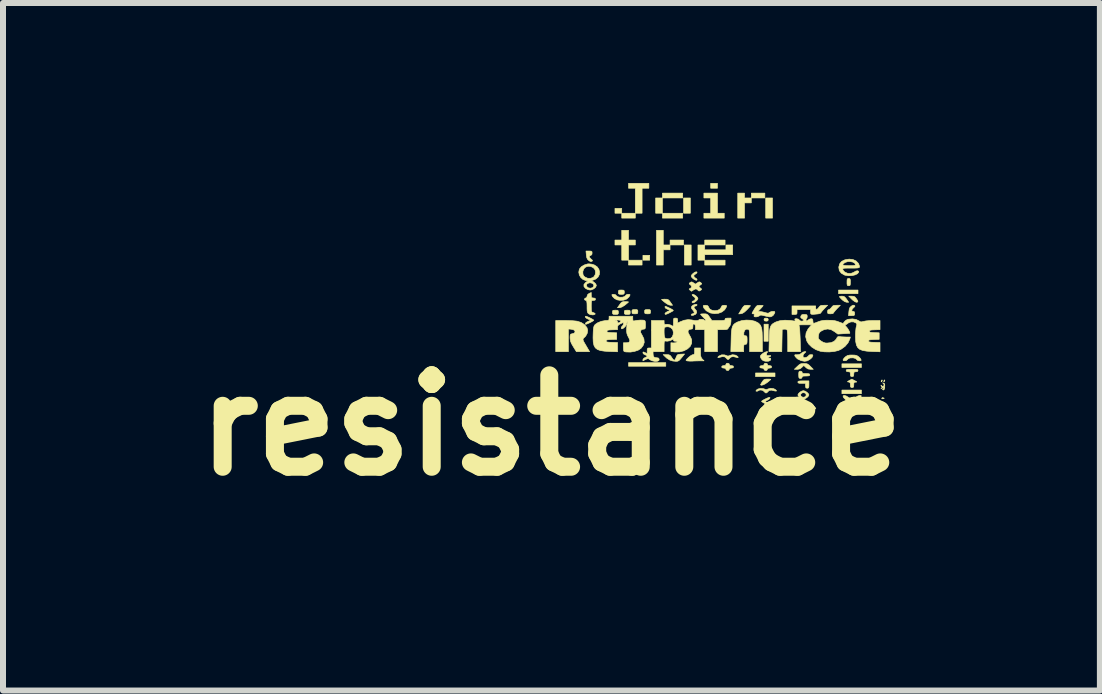
<source format=kicad_pcb>
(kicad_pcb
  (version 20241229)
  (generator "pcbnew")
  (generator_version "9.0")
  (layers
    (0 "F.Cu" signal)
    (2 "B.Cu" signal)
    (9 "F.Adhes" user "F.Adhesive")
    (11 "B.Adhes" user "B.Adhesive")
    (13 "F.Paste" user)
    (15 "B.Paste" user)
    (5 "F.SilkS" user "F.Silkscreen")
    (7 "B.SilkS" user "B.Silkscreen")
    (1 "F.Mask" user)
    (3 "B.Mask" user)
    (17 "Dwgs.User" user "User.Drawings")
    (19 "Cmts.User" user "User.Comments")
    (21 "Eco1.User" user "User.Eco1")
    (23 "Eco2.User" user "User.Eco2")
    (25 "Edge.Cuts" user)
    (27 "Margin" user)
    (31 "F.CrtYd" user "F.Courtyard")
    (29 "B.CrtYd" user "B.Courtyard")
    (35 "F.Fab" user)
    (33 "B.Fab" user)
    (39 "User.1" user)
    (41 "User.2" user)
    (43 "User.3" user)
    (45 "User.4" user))
  (footprint "resistance"
    (layer "F.Cu")
    (at 6.14 4.039)
    (property "Reference" "resistance" (at 0 0 0) (layer "F.SilkS") (effects (font (size 1.524 1.524) (thickness 0.3))))
    (attr through_hole)
    (fp_poly (pts (xy 1.171 -3.536) (xy 1.058 -3.536) (xy 1.058 -3.617) (xy 1.171 -3.617) (xy 1.171 -3.536)) (stroke (width 0.01) (type solid)) (fill yes) (layer "F.SilkS"))
    (fp_poly (pts (xy 1.397 -3.454) (xy 1.171 -3.454) (xy 1.171 -3.536) (xy 1.397 -3.536) (xy 1.397 -3.454)) (stroke (width 0.01) (type solid)) (fill yes) (layer "F.SilkS"))
    (fp_poly (pts (xy 1.51 -2.672) (xy 1.284 -2.672) (xy 1.284 -2.753) (xy 1.51 -2.753) (xy 1.51 -2.672)) (stroke (width 0.01) (type solid)) (fill yes) (layer "F.SilkS"))
    (fp_poly (pts (xy 1.637 -2.753) (xy 1.524 -2.753) (xy 1.524 -2.835) (xy 1.637 -2.835) (xy 1.637 -2.753)) (stroke (width 0.01) (type solid)) (fill yes) (layer "F.SilkS"))
    (fp_poly (pts (xy 1.849 -3.536) (xy 1.736 -3.536) (xy 1.736 -3.79) (xy 1.849 -3.79) (xy 1.849 -3.536)) (stroke (width 0.01) (type solid)) (fill yes) (layer "F.SilkS"))
    (fp_poly (pts (xy 1.905 -0.986) (xy 1.284 -0.986) (xy 1.284 -1.046) (xy 1.905 -1.046) (xy 1.905 -0.986)) (stroke (width 0.01) (type solid)) (fill yes) (layer "F.SilkS"))
    (fp_poly (pts (xy 2.187 -3.79) (xy 1.849 -3.79) (xy 1.849 -3.871) (xy 2.187 -3.871) (xy 2.187 -3.79)) (stroke (width 0.01) (type solid)) (fill yes) (layer "F.SilkS"))
    (fp_poly (pts (xy 2.187 -3.454) (xy 1.849 -3.454) (xy 1.849 -3.536) (xy 2.187 -3.536) (xy 2.187 -3.454)) (stroke (width 0.01) (type solid)) (fill yes) (layer "F.SilkS"))
    (fp_poly (pts (xy 2.201 -3.007) (xy 1.976 -3.007) (xy 1.976 -3.089) (xy 2.201 -3.089) (xy 2.201 -3.007)) (stroke (width 0.01) (type solid)) (fill yes) (layer "F.SilkS"))
    (fp_poly (pts (xy 2.314 -3.536) (xy 2.201 -3.536) (xy 2.201 -3.79) (xy 2.314 -3.79) (xy 2.314 -3.536)) (stroke (width 0.01) (type solid)) (fill yes) (layer "F.SilkS"))
    (fp_poly (pts (xy 2.328 -2.672) (xy 2.215 -2.672) (xy 2.215 -3.007) (xy 2.328 -3.007) (xy 2.328 -2.672)) (stroke (width 0.01) (type solid)) (fill yes) (layer "F.SilkS"))
    (fp_poly (pts (xy 2.766 -3.952) (xy 2.653 -3.952) (xy 2.653 -4.034) (xy 2.766 -4.034) (xy 2.766 -3.952)) (stroke (width 0.01) (type solid)) (fill yes) (layer "F.SilkS"))
    (fp_poly (pts (xy 2.893 -3.007) (xy 2.554 -3.007) (xy 2.554 -3.089) (xy 2.893 -3.089) (xy 2.893 -3.007)) (stroke (width 0.01) (type solid)) (fill yes) (layer "F.SilkS"))
    (fp_poly (pts (xy 2.893 -2.672) (xy 2.554 -2.672) (xy 2.554 -2.753) (xy 2.893 -2.753) (xy 2.893 -2.672)) (stroke (width 0.01) (type solid)) (fill yes) (layer "F.SilkS"))
    (fp_poly (pts (xy 3.556 -3.79) (xy 3.33 -3.79) (xy 3.33 -3.871) (xy 3.556 -3.871) (xy 3.556 -3.79)) (stroke (width 0.01) (type solid)) (fill yes) (layer "F.SilkS"))
    (fp_poly (pts (xy 3.612 -1.402) (xy 3.542 -1.402) (xy 3.542 -1.687) (xy 3.612 -1.687) (xy 3.612 -1.402)) (stroke (width 0.01) (type solid)) (fill yes) (layer "F.SilkS"))
    (fp_poly (pts (xy 3.683 -3.454) (xy 3.57 -3.454) (xy 3.57 -3.79) (xy 3.683 -3.79) (xy 3.683 -3.454)) (stroke (width 0.01) (type solid)) (fill yes) (layer "F.SilkS"))
    (fp_poly (pts (xy 3.725 -0.813) (xy 3.401 -0.813) (xy 3.401 -0.874) (xy 3.725 -0.874) (xy 3.725 -0.813)) (stroke (width 0.01) (type solid)) (fill yes) (layer "F.SilkS"))
    (fp_poly (pts (xy 5.108 -2.195) (xy 4.784 -2.195) (xy 4.784 -2.256) (xy 5.108 -2.256) (xy 5.108 -2.195)) (stroke (width 0.01) (type solid)) (fill yes) (layer "F.SilkS"))
    (fp_poly (pts (xy 5.165 -0.965) (xy 4.84 -0.965) (xy 4.84 -1.026) (xy 5.165 -1.026) (xy 5.165 -0.965)) (stroke (width 0.01) (type solid)) (fill yes) (layer "F.SilkS"))
    (fp_poly (pts (xy 5.165 -0.528) (xy 4.84 -0.528) (xy 4.84 -0.589) (xy 5.165 -0.589) (xy 5.165 -0.528)) (stroke (width 0.01) (type solid)) (fill yes) (layer "F.SilkS"))
    (fp_poly (pts (xy 1.623 -3.952) (xy 1.51 -3.952) (xy 1.51 -3.536) (xy 1.397 -3.536) (xy 1.397 -3.952) (xy 1.284 -3.952) (xy 1.284 -4.034) (xy 1.623 -4.034) (xy 1.623 -3.952)) (stroke (width 0.01) (type solid)) (fill yes) (layer "F.SilkS"))
    (fp_poly (pts (xy 1.863 -3.007) (xy 1.976 -3.007) (xy 1.976 -2.926) (xy 1.863 -2.926) (xy 1.863 -2.672) (xy 1.75 -2.672) (xy 1.75 -3.251) (xy 1.863 -3.251) (xy 1.863 -3.007)) (stroke (width 0.01) (type solid)) (fill yes) (layer "F.SilkS"))
    (fp_poly (pts (xy 3.217 -3.79) (xy 3.33 -3.79) (xy 3.33 -3.708) (xy 3.217 -3.708) (xy 3.217 -3.454) (xy 3.104 -3.454) (xy 3.104 -3.871) (xy 3.217 -3.871) (xy 3.217 -3.79)) (stroke (width 0.01) (type solid)) (fill yes) (layer "F.SilkS"))
    (fp_poly (pts (xy 5.512 -0.755) (xy 5.512 -0.748) (xy 5.504 -0.73) (xy 5.5 -0.726) (xy 5.494 -0.728) (xy 5.495 -0.735) (xy 5.502 -0.753) (xy 5.507 -0.758) (xy 5.512 -0.755)) (stroke (width 0.01) (type solid)) (fill yes) (layer "F.SilkS"))
    (fp_poly (pts (xy 5.524 -0.461) (xy 5.543 -0.454) (xy 5.546 -0.452) (xy 5.535 -0.447) (xy 5.524 -0.443) (xy 5.506 -0.445) (xy 5.503 -0.452) (xy 5.513 -0.462) (xy 5.524 -0.461)) (stroke (width 0.01) (type solid)) (fill yes) (layer "F.SilkS"))
    (fp_poly (pts (xy 5.555 -0.755) (xy 5.554 -0.748) (xy 5.547 -0.73) (xy 5.542 -0.726) (xy 5.537 -0.728) (xy 5.537 -0.735) (xy 5.545 -0.753) (xy 5.549 -0.758) (xy 5.555 -0.755)) (stroke (width 0.01) (type solid)) (fill yes) (layer "F.SilkS"))
    (fp_poly (pts (xy 2.554 -2.926) (xy 2.907 -2.926) (xy 2.907 -3.007) (xy 3.02 -3.007) (xy 3.02 -2.845) (xy 2.554 -2.845) (xy 2.554 -2.753) (xy 2.441 -2.753) (xy 2.441 -3.007) (xy 2.554 -3.007) (xy 2.554 -2.926)) (stroke (width 0.01) (type solid)) (fill yes) (layer "F.SilkS"))
    (fp_poly (pts (xy 2.766 -3.536) (xy 2.879 -3.536) (xy 2.879 -3.454) (xy 2.54 -3.454) (xy 2.54 -3.536) (xy 2.653 -3.536) (xy 2.653 -3.79) (xy 2.54 -3.79) (xy 2.54 -3.871) (xy 2.766 -3.871) (xy 2.766 -3.536)) (stroke (width 0.01) (type solid)) (fill yes) (layer "F.SilkS"))
    (fp_poly (pts (xy 1.284 -3.089) (xy 1.397 -3.089) (xy 1.397 -3.007) (xy 1.284 -3.007) (xy 1.284 -2.753) (xy 1.171 -2.753) (xy 1.171 -3.007) (xy 1.058 -3.007) (xy 1.058 -3.089) (xy 1.171 -3.089) (xy 1.171 -3.251) (xy 1.284 -3.251) (xy 1.284 -3.089)) (stroke (width 0.01) (type solid)) (fill yes) (layer "F.SilkS"))
    (fp_poly (pts (xy 3.604 -1.784) (xy 3.612 -1.767) (xy 3.612 -1.763) (xy 3.607 -1.743) (xy 3.584 -1.737) (xy 3.577 -1.737) (xy 3.55 -1.742) (xy 3.542 -1.758) (xy 3.542 -1.763) (xy 3.548 -1.782) (xy 3.571 -1.788) (xy 3.577 -1.788) (xy 3.604 -1.784)) (stroke (width 0.01) (type solid)) (fill yes) (layer "F.SilkS"))
    (fp_poly (pts (xy 5.035 -2.151) (xy 5.057 -2.141) (xy 5.078 -2.116) (xy 5.08 -2.114) (xy 5.101 -2.081) (xy 5.106 -2.062) (xy 5.097 -2.054) (xy 5.081 -2.052) (xy 5.057 -2.061) (xy 5.025 -2.084) (xy 5.004 -2.103) (xy 4.953 -2.154) (xy 5.002 -2.154) (xy 5.035 -2.151)) (stroke (width 0.01) (type solid)) (fill yes) (layer "F.SilkS"))
    (fp_poly (pts (xy 1.263 -2.061) (xy 1.283 -2.058) (xy 1.284 -2.057) (xy 1.275 -2.047) (xy 1.252 -2.028) (xy 1.226 -2.006) (xy 1.18 -1.976) (xy 1.143 -1.962) (xy 1.134 -1.961) (xy 1.1 -1.961) (xy 1.136 -2.012) (xy 1.158 -2.041) (xy 1.176 -2.056) (xy 1.199 -2.062) (xy 1.228 -2.062) (xy 1.263 -2.061)) (stroke (width 0.01) (type solid)) (fill yes) (layer "F.SilkS"))
    (fp_poly (pts (xy 1.924 -2.102) (xy 1.945 -2.095) (xy 1.964 -2.078) (xy 1.983 -2.052) (xy 2.018 -2.002) (xy 1.985 -2.002) (xy 1.95 -2.01) (xy 1.907 -2.037) (xy 1.893 -2.047) (xy 1.862 -2.072) (xy 1.841 -2.09) (xy 1.834 -2.098) (xy 1.847 -2.101) (xy 1.878 -2.103) (xy 1.891 -2.103) (xy 1.924 -2.102)) (stroke (width 0.01) (type solid)) (fill yes) (layer "F.SilkS"))
    (fp_poly (pts (xy 4.866 -2.151) (xy 4.886 -2.141) (xy 4.907 -2.118) (xy 4.918 -2.103) (xy 4.953 -2.052) (xy 4.921 -2.052) (xy 4.887 -2.062) (xy 4.847 -2.091) (xy 4.843 -2.095) (xy 4.818 -2.12) (xy 4.801 -2.139) (xy 4.798 -2.146) (xy 4.81 -2.151) (xy 4.84 -2.154) (xy 4.84 -2.154) (xy 4.866 -2.151)) (stroke (width 0.01) (type solid)) (fill yes) (layer "F.SilkS"))
    (fp_poly (pts (xy 1.098 -1.919) (xy 1.112 -1.91) (xy 1.115 -1.887) (xy 1.115 -1.885) (xy 1.113 -1.861) (xy 1.1 -1.851) (xy 1.069 -1.849) (xy 1.065 -1.849) (xy 1.032 -1.851) (xy 1.019 -1.86) (xy 1.016 -1.882) (xy 1.016 -1.885) (xy 1.018 -1.909) (xy 1.031 -1.918) (xy 1.062 -1.92) (xy 1.065 -1.92) (xy 1.098 -1.919)) (stroke (width 0.01) (type solid)) (fill yes) (layer "F.SilkS"))
    (fp_poly (pts (xy 1.197 -2.254) (xy 1.211 -2.245) (xy 1.214 -2.223) (xy 1.214 -2.22) (xy 1.211 -2.196) (xy 1.199 -2.186) (xy 1.168 -2.184) (xy 1.164 -2.184) (xy 1.131 -2.186) (xy 1.117 -2.195) (xy 1.115 -2.217) (xy 1.115 -2.22) (xy 1.117 -2.244) (xy 1.129 -2.254) (xy 1.16 -2.256) (xy 1.164 -2.256) (xy 1.197 -2.254)) (stroke (width 0.01) (type solid)) (fill yes) (layer "F.SilkS"))
    (fp_poly (pts (xy 1.296 -1.919) (xy 1.31 -1.91) (xy 1.312 -1.887) (xy 1.312 -1.885) (xy 1.31 -1.861) (xy 1.298 -1.851) (xy 1.267 -1.849) (xy 1.263 -1.849) (xy 1.23 -1.851) (xy 1.216 -1.86) (xy 1.214 -1.882) (xy 1.214 -1.885) (xy 1.216 -1.909) (xy 1.228 -1.918) (xy 1.259 -1.92) (xy 1.263 -1.92) (xy 1.296 -1.919)) (stroke (width 0.01) (type solid)) (fill yes) (layer "F.SilkS"))
    (fp_poly (pts (xy 1.423 -1.929) (xy 1.437 -1.92) (xy 1.439 -1.898) (xy 1.439 -1.895) (xy 1.437 -1.871) (xy 1.425 -1.861) (xy 1.394 -1.859) (xy 1.39 -1.859) (xy 1.357 -1.861) (xy 1.343 -1.87) (xy 1.341 -1.892) (xy 1.341 -1.895) (xy 1.343 -1.919) (xy 1.355 -1.928) (xy 1.386 -1.93) (xy 1.39 -1.93) (xy 1.423 -1.929)) (stroke (width 0.01) (type solid)) (fill yes) (layer "F.SilkS"))
    (fp_poly (pts (xy 1.635 -1.929) (xy 1.648 -1.92) (xy 1.651 -1.898) (xy 1.651 -1.895) (xy 1.649 -1.871) (xy 1.636 -1.861) (xy 1.605 -1.859) (xy 1.602 -1.859) (xy 1.569 -1.861) (xy 1.555 -1.87) (xy 1.552 -1.892) (xy 1.552 -1.895) (xy 1.554 -1.919) (xy 1.567 -1.928) (xy 1.598 -1.93) (xy 1.602 -1.93) (xy 1.635 -1.929)) (stroke (width 0.01) (type solid)) (fill yes) (layer "F.SilkS"))
    (fp_poly (pts (xy 4.969 -2.446) (xy 4.977 -2.437) (xy 4.981 -2.415) (xy 4.981 -2.388) (xy 4.98 -2.354) (xy 4.976 -2.335) (xy 4.966 -2.328) (xy 4.953 -2.327) (xy 4.937 -2.329) (xy 4.929 -2.339) (xy 4.925 -2.361) (xy 4.925 -2.388) (xy 4.926 -2.422) (xy 4.93 -2.44) (xy 4.941 -2.447) (xy 4.953 -2.449) (xy 4.969 -2.446)) (stroke (width 0.01) (type solid)) (fill yes) (layer "F.SilkS"))
    (fp_poly (pts (xy 3.297 -2) (xy 3.315 -1.995) (xy 3.316 -1.994) (xy 3.308 -1.982) (xy 3.287 -1.959) (xy 3.259 -1.929) (xy 3.255 -1.925) (xy 3.216 -1.889) (xy 3.185 -1.869) (xy 3.158 -1.861) (xy 3.12 -1.858) (xy 3.164 -1.93) (xy 3.187 -1.966) (xy 3.204 -1.987) (xy 3.22 -1.998) (xy 3.241 -2.001) (xy 3.262 -2.002) (xy 3.297 -2)) (stroke (width 0.01) (type solid)) (fill yes) (layer "F.SilkS"))
    (fp_poly (pts (xy 3.634 -0.771) (xy 3.653 -0.768) (xy 3.655 -0.767) (xy 3.646 -0.757) (xy 3.623 -0.737) (xy 3.597 -0.716) (xy 3.56 -0.691) (xy 3.525 -0.675) (xy 3.499 -0.669) (xy 3.486 -0.675) (xy 3.485 -0.679) (xy 3.491 -0.692) (xy 3.506 -0.717) (xy 3.514 -0.73) (xy 3.534 -0.756) (xy 3.553 -0.768) (xy 3.582 -0.772) (xy 3.599 -0.772) (xy 3.634 -0.771)) (stroke (width 0.01) (type solid)) (fill yes) (layer "F.SilkS"))
    (fp_poly (pts (xy 4.29 -0.681) (xy 4.289 -0.647) (xy 4.284 -0.628) (xy 4.274 -0.621) (xy 4.262 -0.62) (xy 4.243 -0.623) (xy 4.235 -0.637) (xy 4.233 -0.66) (xy 4.233 -0.701) (xy 4.17 -0.701) (xy 4.13 -0.702) (xy 4.111 -0.708) (xy 4.106 -0.72) (xy 4.106 -0.721) (xy 4.109 -0.732) (xy 4.122 -0.738) (xy 4.151 -0.741) (xy 4.198 -0.742) (xy 4.29 -0.742) (xy 4.29 -0.681)) (stroke (width 0.01) (type solid)) (fill yes) (layer "F.SilkS"))
    (fp_poly (pts (xy 1.926 -1.974) (xy 1.961 -1.958) (xy 1.999 -1.939) (xy 2.024 -1.923) (xy 2.031 -1.915) (xy 2.02 -1.905) (xy 1.993 -1.89) (xy 1.959 -1.872) (xy 1.926 -1.857) (xy 1.903 -1.85) (xy 1.9 -1.849) (xy 1.892 -1.857) (xy 1.891 -1.863) (xy 1.902 -1.878) (xy 1.929 -1.895) (xy 1.935 -1.898) (xy 1.98 -1.918) (xy 1.935 -1.935) (xy 1.902 -1.953) (xy 1.891 -1.971) (xy 1.893 -1.982) (xy 1.903 -1.983) (xy 1.926 -1.974)) (stroke (width 0.01) (type solid)) (fill yes) (layer "F.SilkS"))
    (fp_poly (pts (xy 2.381 -2.176) (xy 2.409 -2.157) (xy 2.432 -2.134) (xy 2.441 -2.113) (xy 2.441 -2.113) (xy 2.432 -2.093) (xy 2.409 -2.07) (xy 2.381 -2.05) (xy 2.357 -2.042) (xy 2.357 -2.042) (xy 2.344 -2.05) (xy 2.342 -2.057) (xy 2.354 -2.071) (xy 2.363 -2.073) (xy 2.382 -2.081) (xy 2.394 -2.1) (xy 2.395 -2.125) (xy 2.373 -2.145) (xy 2.349 -2.163) (xy 2.343 -2.178) (xy 2.356 -2.184) (xy 2.357 -2.184) (xy 2.381 -2.176)) (stroke (width 0.01) (type solid)) (fill yes) (layer "F.SilkS"))
    (fp_poly (pts (xy 3.643 -0.461) (xy 3.636 -0.447) (xy 3.617 -0.43) (xy 3.596 -0.419) (xy 3.552 -0.398) (xy 3.596 -0.382) (xy 3.629 -0.364) (xy 3.641 -0.345) (xy 3.639 -0.329) (xy 3.637 -0.326) (xy 3.624 -0.332) (xy 3.595 -0.346) (xy 3.567 -0.359) (xy 3.531 -0.378) (xy 3.507 -0.394) (xy 3.5 -0.401) (xy 3.511 -0.411) (xy 3.537 -0.427) (xy 3.571 -0.444) (xy 3.604 -0.459) (xy 3.628 -0.467) (xy 3.632 -0.467) (xy 3.643 -0.461)) (stroke (width 0.01) (type solid)) (fill yes) (layer "F.SilkS"))
    (fp_poly (pts (xy 0.66 -2.904) (xy 0.674 -2.896) (xy 0.677 -2.875) (xy 0.677 -2.871) (xy 0.672 -2.845) (xy 0.655 -2.833) (xy 0.649 -2.832) (xy 0.63 -2.821) (xy 0.634 -2.8) (xy 0.661 -2.771) (xy 0.666 -2.768) (xy 0.683 -2.751) (xy 0.68 -2.739) (xy 0.673 -2.735) (xy 0.655 -2.73) (xy 0.632 -2.74) (xy 0.62 -2.749) (xy 0.6 -2.769) (xy 0.588 -2.796) (xy 0.581 -2.837) (xy 0.581 -2.84) (xy 0.575 -2.906) (xy 0.626 -2.906) (xy 0.66 -2.904)) (stroke (width 0.01) (type solid)) (fill yes) (layer "F.SilkS"))
    (fp_poly (pts (xy 2.426 -2.554) (xy 2.423 -2.54) (xy 2.404 -2.525) (xy 2.399 -2.522) (xy 2.376 -2.504) (xy 2.371 -2.489) (xy 2.382 -2.468) (xy 2.399 -2.456) (xy 2.42 -2.442) (xy 2.427 -2.427) (xy 2.417 -2.418) (xy 2.412 -2.418) (xy 2.393 -2.425) (xy 2.366 -2.441) (xy 2.363 -2.443) (xy 2.339 -2.466) (xy 2.328 -2.488) (xy 2.328 -2.489) (xy 2.338 -2.51) (xy 2.361 -2.533) (xy 2.388 -2.552) (xy 2.412 -2.56) (xy 2.412 -2.56) (xy 2.426 -2.554)) (stroke (width 0.01) (type solid)) (fill yes) (layer "F.SilkS"))
    (fp_poly (pts (xy 4.093 -0.389) (xy 4.129 -0.373) (xy 4.141 -0.368) (xy 4.176 -0.351) (xy 4.197 -0.336) (xy 4.2 -0.33) (xy 4.187 -0.319) (xy 4.158 -0.302) (xy 4.124 -0.284) (xy 4.093 -0.27) (xy 4.075 -0.264) (xy 4.065 -0.272) (xy 4.064 -0.278) (xy 4.075 -0.293) (xy 4.102 -0.31) (xy 4.108 -0.313) (xy 4.153 -0.333) (xy 4.108 -0.35) (xy 4.079 -0.365) (xy 4.064 -0.38) (xy 4.064 -0.381) (xy 4.065 -0.392) (xy 4.073 -0.395) (xy 4.093 -0.389)) (stroke (width 0.01) (type solid)) (fill yes) (layer "F.SilkS"))
    (fp_poly (pts (xy 4.756 -1.943) (xy 4.728 -1.912) (xy 4.707 -1.886) (xy 4.699 -1.872) (xy 4.699 -1.872) (xy 4.686 -1.863) (xy 4.653 -1.859) (xy 4.65 -1.859) (xy 4.617 -1.861) (xy 4.603 -1.87) (xy 4.6 -1.892) (xy 4.6 -1.895) (xy 4.605 -1.921) (xy 4.619 -1.93) (xy 4.622 -1.93) (xy 4.641 -1.939) (xy 4.662 -1.96) (xy 4.667 -1.966) (xy 4.684 -1.988) (xy 4.705 -1.999) (xy 4.739 -2.001) (xy 4.752 -2.002) (xy 4.814 -2.002) (xy 4.756 -1.943)) (stroke (width 0.01) (type solid)) (fill yes) (layer "F.SilkS"))
    (fp_poly (pts (xy 5.047 -2) (xy 5.058 -1.989) (xy 5.05 -1.975) (xy 5.04 -1.967) (xy 5.014 -1.941) (xy 5.004 -1.918) (xy 5.011 -1.903) (xy 5.025 -1.9) (xy 5.044 -1.896) (xy 5.051 -1.879) (xy 5.052 -1.864) (xy 5.05 -1.841) (xy 5.038 -1.831) (xy 5.008 -1.829) (xy 5.001 -1.829) (xy 4.95 -1.829) (xy 4.956 -1.895) (xy 4.962 -1.936) (xy 4.973 -1.964) (xy 4.993 -1.984) (xy 4.995 -1.986) (xy 5.021 -2.002) (xy 5.04 -2.003) (xy 5.047 -2)) (stroke (width 0.01) (type solid)) (fill yes) (layer "F.SilkS"))
    (fp_poly (pts (xy 5.156 -0.497) (xy 5.163 -0.492) (xy 5.158 -0.476) (xy 5.15 -0.46) (xy 5.121 -0.429) (xy 5.074 -0.408) (xy 5.018 -0.398) (xy 4.96 -0.402) (xy 4.946 -0.406) (xy 4.902 -0.428) (xy 4.869 -0.462) (xy 4.862 -0.475) (xy 4.859 -0.492) (xy 4.876 -0.498) (xy 4.883 -0.498) (xy 4.913 -0.49) (xy 4.941 -0.472) (xy 4.98 -0.451) (xy 5.009 -0.447) (xy 5.054 -0.457) (xy 5.077 -0.472) (xy 5.106 -0.49) (xy 5.135 -0.498) (xy 5.156 -0.497)) (stroke (width 0.01) (type solid)) (fill yes) (layer "F.SilkS"))
    (fp_poly (pts (xy 1.302 -2.183) (xy 1.31 -2.176) (xy 1.303 -2.159) (xy 1.29 -2.139) (xy 1.254 -2.106) (xy 1.203 -2.087) (xy 1.142 -2.084) (xy 1.094 -2.092) (xy 1.05 -2.115) (xy 1.017 -2.149) (xy 1.01 -2.162) (xy 1.007 -2.179) (xy 1.023 -2.184) (xy 1.035 -2.184) (xy 1.068 -2.177) (xy 1.079 -2.164) (xy 1.101 -2.145) (xy 1.141 -2.135) (xy 1.188 -2.137) (xy 1.191 -2.138) (xy 1.221 -2.15) (xy 1.235 -2.164) (xy 1.255 -2.181) (xy 1.278 -2.184) (xy 1.302 -2.183)) (stroke (width 0.01) (type solid)) (fill yes) (layer "F.SilkS"))
    (fp_poly (pts (xy 2.959 -1.029) (xy 2.963 -1.016) (xy 2.972 -1) (xy 2.999 -0.996) (xy 3.026 -0.991) (xy 3.034 -0.975) (xy 3.026 -0.959) (xy 2.999 -0.955) (xy 2.971 -0.95) (xy 2.963 -0.935) (xy 2.953 -0.918) (xy 2.935 -0.914) (xy 2.912 -0.922) (xy 2.907 -0.935) (xy 2.899 -0.951) (xy 2.872 -0.955) (xy 2.844 -0.96) (xy 2.836 -0.975) (xy 2.845 -0.991) (xy 2.872 -0.996) (xy 2.899 -1) (xy 2.907 -1.016) (xy 2.917 -1.033) (xy 2.935 -1.036) (xy 2.959 -1.029)) (stroke (width 0.01) (type solid)) (fill yes) (layer "F.SilkS"))
    (fp_poly (pts (xy 3.594 -1.029) (xy 3.598 -1.016) (xy 3.607 -1) (xy 3.634 -0.996) (xy 3.661 -0.991) (xy 3.669 -0.975) (xy 3.661 -0.959) (xy 3.634 -0.955) (xy 3.606 -0.95) (xy 3.598 -0.935) (xy 3.588 -0.918) (xy 3.57 -0.914) (xy 3.547 -0.922) (xy 3.542 -0.935) (xy 3.534 -0.951) (xy 3.507 -0.955) (xy 3.479 -0.96) (xy 3.471 -0.975) (xy 3.48 -0.991) (xy 3.507 -0.996) (xy 3.534 -1) (xy 3.542 -1.016) (xy 3.552 -1.033) (xy 3.57 -1.036) (xy 3.594 -1.029)) (stroke (width 0.01) (type solid)) (fill yes) (layer "F.SilkS"))
    (fp_poly (pts (xy 4.242 -1.03) (xy 4.267 -1.023) (xy 4.291 -1.006) (xy 4.315 -0.983) (xy 4.363 -0.935) (xy 4.316 -0.935) (xy 4.277 -0.94) (xy 4.248 -0.958) (xy 4.24 -0.965) (xy 4.22 -0.985) (xy 4.206 -0.995) (xy 4.205 -0.996) (xy 4.193 -0.988) (xy 4.174 -0.969) (xy 4.17 -0.965) (xy 4.142 -0.943) (xy 4.106 -0.935) (xy 4.094 -0.935) (xy 4.047 -0.935) (xy 4.097 -0.983) (xy 4.127 -1.01) (xy 4.151 -1.025) (xy 4.177 -1.03) (xy 4.207 -1.031) (xy 4.242 -1.03)) (stroke (width 0.01) (type solid)) (fill yes) (layer "F.SilkS"))
    (fp_poly (pts (xy 4.326 -0.366) (xy 4.349 -0.346) (xy 4.371 -0.325) (xy 4.396 -0.297) (xy 4.405 -0.282) (xy 4.402 -0.275) (xy 4.389 -0.274) (xy 4.362 -0.283) (xy 4.339 -0.305) (xy 4.323 -0.325) (xy 4.312 -0.335) (xy 4.311 -0.335) (xy 4.301 -0.327) (xy 4.285 -0.308) (xy 4.283 -0.305) (xy 4.257 -0.281) (xy 4.232 -0.274) (xy 4.217 -0.276) (xy 4.215 -0.282) (xy 4.227 -0.298) (xy 4.25 -0.322) (xy 4.278 -0.348) (xy 4.301 -0.366) (xy 4.311 -0.372) (xy 4.326 -0.366)) (stroke (width 0.01) (type solid)) (fill yes) (layer "F.SilkS"))
    (fp_poly (pts (xy 0.593 -1.813) (xy 0.625 -1.8) (xy 0.659 -1.783) (xy 0.689 -1.766) (xy 0.705 -1.754) (xy 0.705 -1.753) (xy 0.694 -1.742) (xy 0.666 -1.725) (xy 0.635 -1.709) (xy 0.596 -1.692) (xy 0.575 -1.685) (xy 0.566 -1.687) (xy 0.564 -1.696) (xy 0.577 -1.716) (xy 0.607 -1.732) (xy 0.635 -1.744) (xy 0.649 -1.752) (xy 0.649 -1.753) (xy 0.638 -1.76) (xy 0.611 -1.771) (xy 0.607 -1.773) (xy 0.581 -1.787) (xy 0.565 -1.803) (xy 0.563 -1.815) (xy 0.574 -1.819) (xy 0.593 -1.813)) (stroke (width 0.01) (type solid)) (fill yes) (layer "F.SilkS"))
    (fp_poly (pts (xy 2.421 -2.016) (xy 2.427 -2.007) (xy 2.416 -1.993) (xy 2.406 -1.991) (xy 2.382 -1.984) (xy 2.375 -1.966) (xy 2.386 -1.945) (xy 2.389 -1.943) (xy 2.416 -1.91) (xy 2.42 -1.878) (xy 2.401 -1.851) (xy 2.36 -1.834) (xy 2.335 -1.833) (xy 2.328 -1.843) (xy 2.339 -1.857) (xy 2.35 -1.859) (xy 2.374 -1.866) (xy 2.379 -1.885) (xy 2.365 -1.911) (xy 2.358 -1.919) (xy 2.334 -1.95) (xy 2.331 -1.973) (xy 2.346 -1.993) (xy 2.371 -2.009) (xy 2.399 -2.017) (xy 2.421 -2.016)) (stroke (width 0.01) (type solid)) (fill yes) (layer "F.SilkS"))
    (fp_poly (pts (xy 5.053 -0.746) (xy 5.081 -0.731) (xy 5.087 -0.723) (xy 5.073 -0.721) (xy 5.069 -0.721) (xy 5.049 -0.719) (xy 5.04 -0.708) (xy 5.038 -0.683) (xy 5.038 -0.676) (xy 5.036 -0.647) (xy 5.028 -0.634) (xy 5.011 -0.63) (xy 5.009 -0.63) (xy 4.992 -0.633) (xy 4.983 -0.646) (xy 4.981 -0.673) (xy 4.981 -0.675) (xy 4.979 -0.704) (xy 4.97 -0.718) (xy 4.952 -0.723) (xy 4.952 -0.723) (xy 4.934 -0.726) (xy 4.936 -0.733) (xy 4.959 -0.746) (xy 4.964 -0.749) (xy 5.006 -0.771) (xy 5.053 -0.746)) (stroke (width 0.01) (type solid)) (fill yes) (layer "F.SilkS"))
    (fp_poly (pts (xy 2.179 -1.141) (xy 2.148 -1.104) (xy 2.125 -1.081) (xy 2.103 -1.07) (xy 2.074 -1.068) (xy 2.032 -1.072) (xy 2.018 -1.074) (xy 1.971 -1.089) (xy 1.921 -1.121) (xy 1.889 -1.151) (xy 1.861 -1.179) (xy 1.917 -1.179) (xy 1.955 -1.177) (xy 1.977 -1.167) (xy 1.996 -1.145) (xy 1.998 -1.14) (xy 2.023 -1.105) (xy 2.04 -1.088) (xy 2.053 -1.088) (xy 2.065 -1.107) (xy 2.075 -1.129) (xy 2.088 -1.16) (xy 2.101 -1.177) (xy 2.121 -1.184) (xy 2.154 -1.187) (xy 2.157 -1.187) (xy 2.218 -1.19) (xy 2.179 -1.141)) (stroke (width 0.01) (type solid)) (fill yes) (layer "F.SilkS"))
    (fp_poly (pts (xy 2.484 -1.213) (xy 2.485 -1.169) (xy 2.492 -1.139) (xy 2.504 -1.116) (xy 2.513 -1.106) (xy 2.543 -1.076) (xy 2.482 -1.076) (xy 2.425 -1.075) (xy 2.366 -1.073) (xy 2.357 -1.072) (xy 2.31 -1.071) (xy 2.271 -1.074) (xy 2.262 -1.075) (xy 2.246 -1.08) (xy 2.242 -1.087) (xy 2.252 -1.101) (xy 2.277 -1.126) (xy 2.281 -1.13) (xy 2.315 -1.158) (xy 2.344 -1.175) (xy 2.358 -1.179) (xy 2.373 -1.181) (xy 2.382 -1.193) (xy 2.385 -1.217) (xy 2.385 -1.234) (xy 2.385 -1.29) (xy 2.484 -1.29) (xy 2.484 -1.213)) (stroke (width 0.01) (type solid)) (fill yes) (layer "F.SilkS"))
    (fp_poly (pts (xy 3.063 -1.172) (xy 3.092 -1.157) (xy 3.112 -1.138) (xy 3.108 -1.129) (xy 3.083 -1.133) (xy 3.071 -1.137) (xy 3.026 -1.147) (xy 2.99 -1.138) (xy 2.971 -1.12) (xy 2.955 -1.103) (xy 2.942 -1.097) (xy 2.926 -1.106) (xy 2.914 -1.12) (xy 2.888 -1.142) (xy 2.849 -1.146) (xy 2.813 -1.137) (xy 2.782 -1.129) (xy 2.771 -1.134) (xy 2.783 -1.15) (xy 2.793 -1.157) (xy 2.836 -1.176) (xy 2.884 -1.175) (xy 2.915 -1.164) (xy 2.94 -1.155) (xy 2.963 -1.161) (xy 2.97 -1.164) (xy 3.016 -1.178) (xy 3.063 -1.172)) (stroke (width 0.01) (type solid)) (fill yes) (layer "F.SilkS"))
    (fp_poly (pts (xy 2.911 -2) (xy 2.919 -1.991) (xy 2.915 -1.974) (xy 2.886 -1.926) (xy 2.84 -1.89) (xy 2.781 -1.868) (xy 2.717 -1.862) (xy 2.651 -1.873) (xy 2.64 -1.877) (xy 2.58 -1.91) (xy 2.541 -1.954) (xy 2.532 -1.974) (xy 2.528 -1.993) (xy 2.54 -2) (xy 2.566 -2.002) (xy 2.597 -1.998) (xy 2.613 -1.984) (xy 2.618 -1.971) (xy 2.639 -1.938) (xy 2.676 -1.918) (xy 2.72 -1.911) (xy 2.765 -1.916) (xy 2.803 -1.934) (xy 2.827 -1.965) (xy 2.829 -1.971) (xy 2.841 -1.993) (xy 2.863 -2.001) (xy 2.881 -2.002) (xy 2.911 -2)) (stroke (width 0.01) (type solid)) (fill yes) (layer "F.SilkS"))
    (fp_poly (pts (xy 4.172 -0.897) (xy 4.177 -0.884) (xy 4.181 -0.871) (xy 4.198 -0.865) (xy 4.236 -0.864) (xy 4.24 -0.864) (xy 4.28 -0.862) (xy 4.299 -0.857) (xy 4.304 -0.845) (xy 4.304 -0.843) (xy 4.3 -0.831) (xy 4.282 -0.825) (xy 4.245 -0.823) (xy 4.24 -0.823) (xy 4.201 -0.822) (xy 4.182 -0.816) (xy 4.177 -0.804) (xy 4.177 -0.803) (xy 4.167 -0.786) (xy 4.149 -0.782) (xy 4.133 -0.785) (xy 4.124 -0.794) (xy 4.121 -0.816) (xy 4.12 -0.843) (xy 4.121 -0.877) (xy 4.126 -0.896) (xy 4.136 -0.903) (xy 4.149 -0.904) (xy 4.172 -0.897)) (stroke (width 0.01) (type solid)) (fill yes) (layer "F.SilkS"))
    (fp_poly (pts (xy 5.058 -1.171) (xy 5.091 -1.162) (xy 5.114 -1.148) (xy 5.14 -1.124) (xy 5.157 -1.1) (xy 5.157 -1.1) (xy 5.16 -1.083) (xy 5.144 -1.077) (xy 5.131 -1.077) (xy 5.098 -1.085) (xy 5.087 -1.097) (xy 5.065 -1.116) (xy 5.026 -1.126) (xy 4.978 -1.124) (xy 4.975 -1.124) (xy 4.945 -1.111) (xy 4.932 -1.097) (xy 4.911 -1.08) (xy 4.888 -1.077) (xy 4.863 -1.08) (xy 4.859 -1.092) (xy 4.862 -1.1) (xy 4.878 -1.123) (xy 4.905 -1.148) (xy 4.905 -1.148) (xy 4.934 -1.165) (xy 4.97 -1.172) (xy 5.009 -1.173) (xy 5.058 -1.171)) (stroke (width 0.01) (type solid)) (fill yes) (layer "F.SilkS"))
    (fp_poly (pts (xy 5.061 -0.934) (xy 5.091 -0.932) (xy 5.105 -0.926) (xy 5.108 -0.916) (xy 5.108 -0.914) (xy 5.1 -0.898) (xy 5.073 -0.894) (xy 5.05 -0.892) (xy 5.04 -0.881) (xy 5.038 -0.857) (xy 5.038 -0.853) (xy 5.035 -0.827) (xy 5.026 -0.815) (xy 5.009 -0.813) (xy 4.991 -0.816) (xy 4.983 -0.83) (xy 4.981 -0.853) (xy 4.979 -0.88) (xy 4.97 -0.891) (xy 4.949 -0.894) (xy 4.946 -0.894) (xy 4.918 -0.899) (xy 4.911 -0.914) (xy 4.913 -0.925) (xy 4.925 -0.931) (xy 4.953 -0.934) (xy 5.002 -0.935) (xy 5.009 -0.935) (xy 5.061 -0.934)) (stroke (width 0.01) (type solid)) (fill yes) (layer "F.SilkS"))
    (fp_poly (pts (xy 3.7 -0.613) (xy 3.727 -0.6) (xy 3.749 -0.582) (xy 3.747 -0.572) (xy 3.724 -0.573) (xy 3.706 -0.578) (xy 3.661 -0.588) (xy 3.625 -0.58) (xy 3.606 -0.561) (xy 3.586 -0.542) (xy 3.565 -0.542) (xy 3.545 -0.563) (xy 3.544 -0.564) (xy 3.522 -0.582) (xy 3.491 -0.59) (xy 3.461 -0.587) (xy 3.45 -0.579) (xy 3.43 -0.57) (xy 3.421 -0.569) (xy 3.407 -0.573) (xy 3.414 -0.588) (xy 3.414 -0.588) (xy 3.442 -0.607) (xy 3.484 -0.616) (xy 3.528 -0.613) (xy 3.547 -0.607) (xy 3.574 -0.597) (xy 3.596 -0.601) (xy 3.605 -0.606) (xy 3.652 -0.619) (xy 3.7 -0.613)) (stroke (width 0.01) (type solid)) (fill yes) (layer "F.SilkS"))
    (fp_poly (pts (xy 3.606 -1.226) (xy 3.602 -1.223) (xy 3.589 -1.21) (xy 3.584 -1.188) (xy 3.587 -1.167) (xy 3.6 -1.162) (xy 3.619 -1.164) (xy 3.648 -1.165) (xy 3.655 -1.158) (xy 3.643 -1.146) (xy 3.627 -1.141) (xy 3.608 -1.133) (xy 3.607 -1.126) (xy 3.625 -1.12) (xy 3.635 -1.122) (xy 3.651 -1.119) (xy 3.655 -1.103) (xy 3.643 -1.08) (xy 3.613 -1.069) (xy 3.568 -1.069) (xy 3.534 -1.077) (xy 3.511 -1.092) (xy 3.492 -1.118) (xy 3.489 -1.122) (xy 3.481 -1.147) (xy 3.485 -1.164) (xy 3.504 -1.184) (xy 3.516 -1.194) (xy 3.551 -1.217) (xy 3.583 -1.228) (xy 3.589 -1.229) (xy 3.606 -1.226)) (stroke (width 0.01) (type solid)) (fill yes) (layer "F.SilkS"))
    (fp_poly (pts (xy 5.029 -0.346) (xy 5.064 -0.33) (xy 5.088 -0.304) (xy 5.094 -0.28) (xy 5.083 -0.26) (xy 5.057 -0.237) (xy 5.026 -0.22) (xy 5.002 -0.213) (xy 4.978 -0.22) (xy 4.948 -0.237) (xy 4.945 -0.238) (xy 4.918 -0.264) (xy 4.913 -0.289) (xy 4.915 -0.295) (xy 4.956 -0.295) (xy 4.96 -0.265) (xy 4.96 -0.264) (xy 4.979 -0.247) (xy 5.008 -0.245) (xy 5.037 -0.258) (xy 5.038 -0.259) (xy 5.05 -0.282) (xy 5.043 -0.305) (xy 5.022 -0.322) (xy 5.003 -0.325) (xy 4.972 -0.317) (xy 4.956 -0.295) (xy 4.915 -0.295) (xy 4.927 -0.319) (xy 4.954 -0.342) (xy 4.99 -0.351) (xy 5.029 -0.346)) (stroke (width 0.01) (type solid)) (fill yes) (layer "F.SilkS"))
    (fp_poly (pts (xy 5.528 -0.707) (xy 5.545 -0.701) (xy 5.553 -0.682) (xy 5.554 -0.665) (xy 5.552 -0.622) (xy 5.543 -0.596) (xy 5.53 -0.589) (xy 5.518 -0.596) (xy 5.517 -0.597) (xy 5.526 -0.611) (xy 5.534 -0.618) (xy 5.542 -0.628) (xy 5.533 -0.629) (xy 5.513 -0.623) (xy 5.503 -0.617) (xy 5.491 -0.61) (xy 5.497 -0.617) (xy 5.501 -0.621) (xy 5.511 -0.638) (xy 5.504 -0.645) (xy 5.491 -0.66) (xy 5.49 -0.664) (xy 5.494 -0.67) (xy 5.499 -0.663) (xy 5.517 -0.651) (xy 5.524 -0.65) (xy 5.538 -0.658) (xy 5.542 -0.676) (xy 5.536 -0.695) (xy 5.522 -0.705) (xy 5.517 -0.708) (xy 5.528 -0.707)) (stroke (width 0.01) (type solid)) (fill yes) (layer "F.SilkS"))
    (fp_poly (pts (xy 4.227 -0.571) (xy 4.258 -0.551) (xy 4.282 -0.527) (xy 4.29 -0.508) (xy 4.279 -0.485) (xy 4.254 -0.461) (xy 4.222 -0.443) (xy 4.198 -0.437) (xy 4.173 -0.444) (xy 4.143 -0.46) (xy 4.141 -0.462) (xy 4.117 -0.485) (xy 4.11 -0.499) (xy 4.152 -0.499) (xy 4.163 -0.482) (xy 4.192 -0.468) (xy 4.223 -0.475) (xy 4.231 -0.48) (xy 4.246 -0.503) (xy 4.238 -0.529) (xy 4.225 -0.539) (xy 4.197 -0.546) (xy 4.172 -0.539) (xy 4.155 -0.521) (xy 4.152 -0.499) (xy 4.11 -0.499) (xy 4.106 -0.507) (xy 4.106 -0.508) (xy 4.117 -0.531) (xy 4.142 -0.555) (xy 4.174 -0.573) (xy 4.198 -0.579) (xy 4.227 -0.571)) (stroke (width 0.01) (type solid)) (fill yes) (layer "F.SilkS"))
    (fp_poly (pts (xy 4.545 -1.943) (xy 4.516 -1.912) (xy 4.496 -1.887) (xy 4.487 -1.873) (xy 4.487 -1.873) (xy 4.475 -1.865) (xy 4.443 -1.858) (xy 4.422 -1.856) (xy 4.369 -1.851) (xy 4.338 -1.851) (xy 4.323 -1.857) (xy 4.318 -1.872) (xy 4.318 -1.89) (xy 4.318 -1.93) (xy 4.092 -1.93) (xy 4.092 -1.89) (xy 4.091 -1.864) (xy 4.081 -1.852) (xy 4.059 -1.849) (xy 4.05 -1.849) (xy 4.008 -1.849) (xy 4.008 -1.991) (xy 4.403 -1.991) (xy 4.403 -1.961) (xy 4.407 -1.937) (xy 4.42 -1.932) (xy 4.439 -1.946) (xy 4.455 -1.966) (xy 4.473 -1.988) (xy 4.493 -1.999) (xy 4.528 -2.001) (xy 4.54 -2.002) (xy 4.602 -2.002) (xy 4.545 -1.943)) (stroke (width 0.01) (type solid)) (fill yes) (layer "F.SilkS"))
    (fp_poly (pts (xy 2.488 -2.379) (xy 2.488 -2.379) (xy 2.504 -2.364) (xy 2.499 -2.353) (xy 2.484 -2.342) (xy 2.461 -2.325) (xy 2.459 -2.311) (xy 2.478 -2.292) (xy 2.483 -2.289) (xy 2.501 -2.273) (xy 2.5 -2.262) (xy 2.484 -2.251) (xy 2.463 -2.239) (xy 2.449 -2.244) (xy 2.439 -2.255) (xy 2.418 -2.272) (xy 2.396 -2.273) (xy 2.365 -2.256) (xy 2.363 -2.255) (xy 2.333 -2.235) (xy 2.307 -2.255) (xy 2.294 -2.27) (xy 2.297 -2.276) (xy 2.316 -2.284) (xy 2.329 -2.297) (xy 2.337 -2.316) (xy 2.325 -2.333) (xy 2.316 -2.341) (xy 2.296 -2.358) (xy 2.297 -2.369) (xy 2.31 -2.38) (xy 2.329 -2.391) (xy 2.345 -2.389) (xy 2.366 -2.376) (xy 2.399 -2.354) (xy 2.432 -2.376) (xy 2.455 -2.39) (xy 2.47 -2.391) (xy 2.488 -2.379)) (stroke (width 0.01) (type solid)) (fill yes) (layer "F.SilkS"))
    (fp_poly (pts (xy 4.239 -1.228) (xy 4.238 -1.222) (xy 4.22 -1.207) (xy 4.199 -1.183) (xy 4.191 -1.158) (xy 4.196 -1.137) (xy 4.215 -1.128) (xy 4.218 -1.128) (xy 4.248 -1.134) (xy 4.276 -1.15) (xy 4.29 -1.168) (xy 4.29 -1.169) (xy 4.302 -1.176) (xy 4.327 -1.179) (xy 4.353 -1.176) (xy 4.356 -1.165) (xy 4.355 -1.162) (xy 4.347 -1.144) (xy 4.346 -1.139) (xy 4.337 -1.127) (xy 4.315 -1.107) (xy 4.304 -1.099) (xy 4.262 -1.075) (xy 4.218 -1.068) (xy 4.165 -1.078) (xy 4.156 -1.081) (xy 4.098 -1.109) (xy 4.061 -1.148) (xy 4.057 -1.157) (xy 4.053 -1.173) (xy 4.065 -1.178) (xy 4.09 -1.177) (xy 4.127 -1.18) (xy 4.157 -1.196) (xy 4.163 -1.202) (xy 4.191 -1.221) (xy 4.219 -1.229) (xy 4.221 -1.229) (xy 4.239 -1.228)) (stroke (width 0.01) (type solid)) (fill yes) (layer "F.SilkS"))
    (fp_poly (pts (xy 0.289 -1.746) (xy 0.355 -1.744) (xy 0.408 -1.739) (xy 0.43 -1.736) (xy 0.495 -1.715) (xy 0.551 -1.678) (xy 0.59 -1.631) (xy 0.592 -1.628) (xy 0.603 -1.584) (xy 0.596 -1.535) (xy 0.572 -1.491) (xy 0.557 -1.474) (xy 0.536 -1.455) (xy 0.526 -1.44) (xy 0.527 -1.421) (xy 0.538 -1.395) (xy 0.559 -1.359) (xy 0.582 -1.32) (xy 0.603 -1.284) (xy 0.616 -1.262) (xy 0.635 -1.229) (xy 0.415 -1.229) (xy 0.363 -1.313) (xy 0.335 -1.361) (xy 0.319 -1.399) (xy 0.312 -1.434) (xy 0.31 -1.46) (xy 0.311 -1.495) (xy 0.316 -1.514) (xy 0.326 -1.523) (xy 0.341 -1.526) (xy 0.377 -1.537) (xy 0.393 -1.555) (xy 0.389 -1.576) (xy 0.367 -1.594) (xy 0.327 -1.603) (xy 0.327 -1.603) (xy 0.282 -1.607) (xy 0.282 -1.229) (xy 0.071 -1.229) (xy 0.071 -1.748) (xy 0.22 -1.748) (xy 0.289 -1.746)) (stroke (width 0.01) (type solid)) (fill yes) (layer "F.SilkS"))
    (fp_poly (pts (xy 0.663 -2.169) (xy 0.665 -2.141) (xy 0.672 -2.128) (xy 0.689 -2.124) (xy 0.699 -2.123) (xy 0.726 -2.119) (xy 0.734 -2.103) (xy 0.726 -2.087) (xy 0.699 -2.083) (xy 0.682 -2.082) (xy 0.672 -2.078) (xy 0.666 -2.065) (xy 0.664 -2.042) (xy 0.663 -2.003) (xy 0.663 -1.986) (xy 0.664 -1.941) (xy 0.665 -1.912) (xy 0.67 -1.895) (xy 0.68 -1.886) (xy 0.695 -1.881) (xy 0.7 -1.879) (xy 0.726 -1.867) (xy 0.727 -1.853) (xy 0.702 -1.843) (xy 0.688 -1.841) (xy 0.645 -1.847) (xy 0.622 -1.859) (xy 0.608 -1.871) (xy 0.6 -1.887) (xy 0.595 -1.91) (xy 0.593 -1.947) (xy 0.593 -1.981) (xy 0.592 -2.029) (xy 0.589 -2.059) (xy 0.584 -2.076) (xy 0.576 -2.082) (xy 0.572 -2.083) (xy 0.554 -2.091) (xy 0.55 -2.103) (xy 0.559 -2.12) (xy 0.572 -2.123) (xy 0.588 -2.132) (xy 0.593 -2.153) (xy 0.605 -2.183) (xy 0.628 -2.199) (xy 0.663 -2.215) (xy 0.663 -2.169)) (stroke (width 0.01) (type solid)) (fill yes) (layer "F.SilkS"))
    (fp_poly (pts (xy 3.508 -2) (xy 3.527 -1.997) (xy 3.528 -1.996) (xy 3.52 -1.985) (xy 3.502 -1.963) (xy 3.486 -1.946) (xy 3.444 -1.902) (xy 3.482 -1.897) (xy 3.523 -1.89) (xy 3.567 -1.878) (xy 3.568 -1.878) (xy 3.601 -1.87) (xy 3.619 -1.872) (xy 3.633 -1.882) (xy 3.66 -1.896) (xy 3.69 -1.9) (xy 3.717 -1.898) (xy 3.723 -1.887) (xy 3.719 -1.872) (xy 3.7 -1.839) (xy 3.671 -1.816) (xy 3.642 -1.808) (xy 3.616 -1.812) (xy 3.576 -1.82) (xy 3.551 -1.826) (xy 3.51 -1.836) (xy 3.488 -1.838) (xy 3.474 -1.834) (xy 3.465 -1.826) (xy 3.438 -1.813) (xy 3.408 -1.808) (xy 3.381 -1.811) (xy 3.375 -1.822) (xy 3.378 -1.834) (xy 3.381 -1.853) (xy 3.367 -1.859) (xy 3.36 -1.859) (xy 3.347 -1.861) (xy 3.343 -1.867) (xy 3.349 -1.883) (xy 3.365 -1.911) (xy 3.376 -1.93) (xy 3.399 -1.966) (xy 3.416 -1.987) (xy 3.432 -1.998) (xy 3.453 -2.001) (xy 3.474 -2.002) (xy 3.508 -2)) (stroke (width 0.01) (type solid)) (fill yes) (layer "F.SilkS"))
    (fp_poly (pts (xy 3.321 -1.752) (xy 3.39 -1.736) (xy 3.444 -1.708) (xy 3.446 -1.707) (xy 3.468 -1.687) (xy 3.485 -1.664) (xy 3.497 -1.634) (xy 3.506 -1.596) (xy 3.511 -1.546) (xy 3.513 -1.481) (xy 3.514 -1.415) (xy 3.514 -1.229) (xy 3.302 -1.229) (xy 3.302 -1.413) (xy 3.302 -1.479) (xy 3.301 -1.527) (xy 3.299 -1.561) (xy 3.295 -1.582) (xy 3.29 -1.595) (xy 3.282 -1.601) (xy 3.279 -1.602) (xy 3.245 -1.603) (xy 3.221 -1.586) (xy 3.207 -1.552) (xy 3.206 -1.541) (xy 3.205 -1.512) (xy 3.21 -1.498) (xy 3.224 -1.494) (xy 3.231 -1.494) (xy 3.246 -1.492) (xy 3.255 -1.483) (xy 3.259 -1.464) (xy 3.26 -1.43) (xy 3.26 -1.422) (xy 3.259 -1.385) (xy 3.255 -1.364) (xy 3.248 -1.354) (xy 3.234 -1.351) (xy 3.231 -1.351) (xy 3.216 -1.349) (xy 3.207 -1.339) (xy 3.204 -1.317) (xy 3.203 -1.29) (xy 3.203 -1.229) (xy 2.989 -1.229) (xy 2.994 -1.43) (xy 2.996 -1.508) (xy 3 -1.568) (xy 3.007 -1.614) (xy 3.017 -1.649) (xy 3.032 -1.675) (xy 3.052 -1.695) (xy 3.08 -1.713) (xy 3.103 -1.724) (xy 3.169 -1.746) (xy 3.245 -1.755) (xy 3.321 -1.752)) (stroke (width 0.01) (type solid)) (fill yes) (layer "F.SilkS"))
    (fp_poly (pts (xy 5.024 -2.764) (xy 5.076 -2.74) (xy 5.113 -2.702) (xy 5.122 -2.683) (xy 5.132 -2.656) (xy 5.134 -2.638) (xy 5.123 -2.628) (xy 5.096 -2.623) (xy 5.048 -2.621) (xy 4.995 -2.621) (xy 4.931 -2.621) (xy 4.89 -2.62) (xy 4.867 -2.617) (xy 4.857 -2.611) (xy 4.854 -2.602) (xy 4.854 -2.6) (xy 4.864 -2.579) (xy 4.887 -2.556) (xy 4.889 -2.555) (xy 4.935 -2.534) (xy 4.985 -2.531) (xy 5.032 -2.548) (xy 5.045 -2.556) (xy 5.075 -2.573) (xy 5.102 -2.577) (xy 5.119 -2.568) (xy 5.12 -2.554) (xy 5.1 -2.528) (xy 5.059 -2.508) (xy 5.007 -2.496) (xy 4.95 -2.494) (xy 4.896 -2.502) (xy 4.882 -2.506) (xy 4.829 -2.537) (xy 4.797 -2.579) (xy 4.788 -2.632) (xy 4.789 -2.645) (xy 4.799 -2.675) (xy 4.855 -2.675) (xy 4.873 -2.667) (xy 4.916 -2.663) (xy 4.96 -2.662) (xy 5.016 -2.663) (xy 5.049 -2.666) (xy 5.063 -2.671) (xy 5.066 -2.677) (xy 5.054 -2.703) (xy 5.023 -2.721) (xy 4.98 -2.73) (xy 4.935 -2.729) (xy 4.893 -2.715) (xy 4.887 -2.711) (xy 4.86 -2.69) (xy 4.855 -2.675) (xy 4.799 -2.675) (xy 4.805 -2.697) (xy 4.836 -2.733) (xy 4.886 -2.758) (xy 4.893 -2.76) (xy 4.961 -2.771) (xy 5.024 -2.764)) (stroke (width 0.01) (type solid)) (fill yes) (layer "F.SilkS"))
    (fp_poly (pts (xy 0.669 -2.687) (xy 0.713 -2.674) (xy 0.717 -2.672) (xy 0.762 -2.642) (xy 0.79 -2.602) (xy 0.801 -2.558) (xy 0.797 -2.513) (xy 0.776 -2.472) (xy 0.74 -2.44) (xy 0.705 -2.425) (xy 0.666 -2.414) (xy 0.707 -2.387) (xy 0.738 -2.358) (xy 0.748 -2.332) (xy 0.736 -2.303) (xy 0.705 -2.276) (xy 0.665 -2.259) (xy 0.642 -2.256) (xy 0.607 -2.263) (xy 0.572 -2.28) (xy 0.571 -2.28) (xy 0.542 -2.313) (xy 0.541 -2.341) (xy 0.582 -2.341) (xy 0.59 -2.312) (xy 0.615 -2.292) (xy 0.651 -2.286) (xy 0.686 -2.296) (xy 0.689 -2.298) (xy 0.706 -2.322) (xy 0.702 -2.348) (xy 0.68 -2.368) (xy 0.645 -2.376) (xy 0.634 -2.376) (xy 0.597 -2.364) (xy 0.582 -2.341) (xy 0.541 -2.341) (xy 0.541 -2.347) (xy 0.567 -2.38) (xy 0.571 -2.383) (xy 0.605 -2.408) (xy 0.571 -2.414) (xy 0.525 -2.432) (xy 0.488 -2.465) (xy 0.464 -2.507) (xy 0.456 -2.548) (xy 0.522 -2.548) (xy 0.526 -2.513) (xy 0.54 -2.488) (xy 0.557 -2.473) (xy 0.602 -2.452) (xy 0.649 -2.45) (xy 0.691 -2.465) (xy 0.705 -2.475) (xy 0.728 -2.511) (xy 0.735 -2.553) (xy 0.726 -2.594) (xy 0.7 -2.626) (xy 0.699 -2.627) (xy 0.654 -2.649) (xy 0.61 -2.652) (xy 0.571 -2.639) (xy 0.541 -2.612) (xy 0.524 -2.571) (xy 0.522 -2.548) (xy 0.456 -2.548) (xy 0.455 -2.554) (xy 0.464 -2.6) (xy 0.468 -2.609) (xy 0.5 -2.646) (xy 0.548 -2.674) (xy 0.603 -2.691) (xy 0.627 -2.692) (xy 0.669 -2.687)) (stroke (width 0.01) (type solid)) (fill yes) (layer "F.SilkS"))
    (fp_poly (pts (xy 1.355 -1.777) (xy 1.357 -1.75) (xy 1.365 -1.74) (xy 1.375 -1.741) (xy 1.424 -1.75) (xy 1.479 -1.755) (xy 1.525 -1.754) (xy 1.531 -1.754) (xy 1.55 -1.749) (xy 1.56 -1.74) (xy 1.565 -1.722) (xy 1.566 -1.69) (xy 1.566 -1.676) (xy 1.565 -1.639) (xy 1.562 -1.617) (xy 1.554 -1.607) (xy 1.541 -1.605) (xy 1.504 -1.598) (xy 1.486 -1.577) (xy 1.487 -1.545) (xy 1.509 -1.506) (xy 1.54 -1.443) (xy 1.546 -1.383) (xy 1.527 -1.33) (xy 1.492 -1.284) (xy 1.446 -1.254) (xy 1.387 -1.234) (xy 1.318 -1.222) (xy 1.247 -1.224) (xy 1.231 -1.226) (xy 1.215 -1.23) (xy 1.205 -1.239) (xy 1.201 -1.258) (xy 1.199 -1.291) (xy 1.199 -1.304) (xy 1.199 -1.377) (xy 1.244 -1.377) (xy 1.283 -1.381) (xy 1.303 -1.395) (xy 1.305 -1.421) (xy 1.288 -1.461) (xy 1.283 -1.469) (xy 1.267 -1.501) (xy 1.257 -1.531) (xy 1.252 -1.565) (xy 1.252 -1.607) (xy 1.257 -1.663) (xy 1.26 -1.692) (xy 1.264 -1.726) (xy 1.265 -1.741) (xy 1.264 -1.738) (xy 1.259 -1.717) (xy 1.257 -1.708) (xy 1.237 -1.658) (xy 1.208 -1.627) (xy 1.184 -1.611) (xy 1.171 -1.609) (xy 1.163 -1.618) (xy 1.165 -1.639) (xy 1.177 -1.651) (xy 1.195 -1.674) (xy 1.199 -1.692) (xy 1.199 -1.716) (xy 1.151 -1.694) (xy 1.118 -1.675) (xy 1.104 -1.655) (xy 1.101 -1.634) (xy 1.101 -1.596) (xy 1.012 -1.593) (xy 0.964 -1.591) (xy 0.937 -1.586) (xy 0.926 -1.579) (xy 0.924 -1.57) (xy 0.928 -1.558) (xy 0.943 -1.551) (xy 0.977 -1.548) (xy 1.005 -1.546) (xy 1.087 -1.543) (xy 1.087 -1.434) (xy 0.998 -1.431) (xy 0.95 -1.428) (xy 0.923 -1.424) (xy 0.912 -1.416) (xy 0.91 -1.407) (xy 0.913 -1.396) (xy 0.927 -1.39) (xy 0.956 -1.386) (xy 1.005 -1.384) (xy 1.101 -1.381) (xy 1.101 -1.227) (xy 0.97 -1.231) (xy 0.883 -1.237) (xy 0.816 -1.247) (xy 0.766 -1.265) (xy 0.73 -1.293) (xy 0.708 -1.333) (xy 0.696 -1.388) (xy 0.693 -1.459) (xy 0.694 -1.507) (xy 0.696 -1.565) (xy 0.699 -1.607) (xy 0.704 -1.636) (xy 0.71 -1.656) (xy 0.72 -1.672) (xy 0.73 -1.683) (xy 0.773 -1.712) (xy 0.832 -1.735) (xy 0.896 -1.747) (xy 0.918 -1.748) (xy 0.946 -1.75) (xy 0.949 -1.752) (xy 1.062 -1.752) (xy 1.069 -1.751) (xy 1.095 -1.739) (xy 1.101 -1.726) (xy 1.107 -1.709) (xy 1.125 -1.71) (xy 1.14 -1.719) (xy 1.158 -1.738) (xy 1.149 -1.751) (xy 1.115 -1.756) (xy 1.097 -1.756) (xy 1.068 -1.755) (xy 1.062 -1.752) (xy 0.949 -1.752) (xy 0.957 -1.76) (xy 0.96 -1.783) (xy 0.96 -1.819) (xy 1.355 -1.819) (xy 1.355 -1.777)) (stroke (width 0.01) (type solid)) (fill yes) (layer "F.SilkS"))
    (fp_poly (pts (xy 2.572 -1.858) (xy 2.593 -1.852) (xy 2.611 -1.837) (xy 2.632 -1.808) (xy 2.635 -1.803) (xy 2.673 -1.748) (xy 2.783 -1.748) (xy 2.838 -1.748) (xy 2.871 -1.75) (xy 2.887 -1.755) (xy 2.892 -1.763) (xy 2.893 -1.768) (xy 2.898 -1.782) (xy 2.92 -1.787) (xy 2.942 -1.788) (xy 2.992 -1.788) (xy 2.991 -1.735) (xy 2.987 -1.699) (xy 2.977 -1.667) (xy 2.97 -1.656) (xy 2.952 -1.631) (xy 2.941 -1.613) (xy 2.93 -1.602) (xy 2.905 -1.597) (xy 2.86 -1.595) (xy 2.849 -1.595) (xy 2.766 -1.595) (xy 2.766 -1.229) (xy 2.554 -1.229) (xy 2.554 -1.595) (xy 2.399 -1.595) (xy 2.399 -1.64) (xy 2.394 -1.674) (xy 2.38 -1.69) (xy 2.378 -1.69) (xy 2.364 -1.69) (xy 2.358 -1.677) (xy 2.357 -1.651) (xy 2.354 -1.622) (xy 2.346 -1.608) (xy 2.331 -1.605) (xy 2.294 -1.598) (xy 2.276 -1.577) (xy 2.278 -1.545) (xy 2.3 -1.504) (xy 2.32 -1.468) (xy 2.335 -1.43) (xy 2.337 -1.424) (xy 2.336 -1.368) (xy 2.312 -1.317) (xy 2.267 -1.275) (xy 2.207 -1.243) (xy 2.136 -1.225) (xy 2.057 -1.223) (xy 2.054 -1.224) (xy 1.99 -1.231) (xy 1.99 -1.378) (xy 2.029 -1.374) (xy 2.069 -1.377) (xy 2.087 -1.386) (xy 2.097 -1.398) (xy 2.085 -1.402) (xy 2.069 -1.402) (xy 2.041 -1.406) (xy 2.032 -1.421) (xy 2.032 -1.423) (xy 2.03 -1.438) (xy 2.019 -1.434) (xy 2.01 -1.428) (xy 1.973 -1.411) (xy 1.929 -1.403) (xy 1.898 -1.406) (xy 1.888 -1.406) (xy 1.881 -1.396) (xy 1.878 -1.375) (xy 1.877 -1.337) (xy 1.877 -1.32) (xy 1.877 -1.229) (xy 1.693 -1.229) (xy 1.693 -1.195) (xy 1.697 -1.157) (xy 1.711 -1.137) (xy 1.737 -1.128) (xy 1.75 -1.128) (xy 1.781 -1.123) (xy 1.794 -1.106) (xy 1.795 -1.103) (xy 1.79 -1.081) (xy 1.765 -1.069) (xy 1.727 -1.066) (xy 1.683 -1.075) (xy 1.672 -1.079) (xy 1.641 -1.094) (xy 1.627 -1.105) (xy 1.613 -1.113) (xy 1.595 -1.11) (xy 1.567 -1.098) (xy 1.524 -1.076) (xy 1.524 -1.097) (xy 1.537 -1.118) (xy 1.559 -1.13) (xy 1.585 -1.142) (xy 1.595 -1.153) (xy 1.583 -1.166) (xy 1.559 -1.177) (xy 1.531 -1.193) (xy 1.524 -1.209) (xy 1.526 -1.223) (xy 1.537 -1.223) (xy 1.559 -1.213) (xy 1.595 -1.197) (xy 1.595 -1.243) (xy 1.596 -1.272) (xy 1.603 -1.286) (xy 1.619 -1.29) (xy 1.63 -1.29) (xy 1.665 -1.29) (xy 1.665 -1.551) (xy 1.877 -1.551) (xy 1.879 -1.504) (xy 1.885 -1.471) (xy 1.894 -1.455) (xy 1.925 -1.444) (xy 1.963 -1.445) (xy 1.984 -1.45) (xy 2.011 -1.474) (xy 2.027 -1.51) (xy 2.031 -1.551) (xy 2.022 -1.59) (xy 2.014 -1.604) (xy 1.982 -1.634) (xy 1.942 -1.644) (xy 1.914 -1.642) (xy 1.896 -1.638) (xy 1.885 -1.631) (xy 1.879 -1.616) (xy 1.877 -1.589) (xy 1.877 -1.551) (xy 1.665 -1.551) (xy 1.665 -1.748) (xy 1.877 -1.748) (xy 1.877 -1.712) (xy 1.88 -1.689) (xy 1.89 -1.682) (xy 1.898 -1.683) (xy 1.936 -1.685) (xy 1.98 -1.675) (xy 2.01 -1.66) (xy 2.021 -1.654) (xy 2.028 -1.657) (xy 2.031 -1.674) (xy 2.032 -1.707) (xy 2.032 -1.716) (xy 2.033 -1.754) (xy 2.035 -1.775) (xy 2.043 -1.785) (xy 2.057 -1.788) (xy 2.067 -1.788) (xy 2.09 -1.786) (xy 2.1 -1.776) (xy 2.103 -1.752) (xy 2.103 -1.747) (xy 2.103 -1.705) (xy 2.141 -1.725) (xy 2.21 -1.752) (xy 2.278 -1.763) (xy 2.339 -1.757) (xy 2.343 -1.756) (xy 2.386 -1.747) (xy 2.424 -1.746) (xy 2.449 -1.751) (xy 2.455 -1.758) (xy 2.468 -1.765) (xy 2.497 -1.768) (xy 2.498 -1.768) (xy 2.527 -1.765) (xy 2.54 -1.758) (xy 2.54 -1.758) (xy 2.552 -1.749) (xy 2.562 -1.748) (xy 2.571 -1.752) (xy 2.563 -1.767) (xy 2.537 -1.794) (xy 2.534 -1.797) (xy 2.507 -1.824) (xy 2.489 -1.845) (xy 2.484 -1.853) (xy 2.496 -1.857) (xy 2.527 -1.859) (xy 2.54 -1.859) (xy 2.572 -1.858)) (stroke (width 0.01) (type solid)) (fill yes) (layer "F.SilkS"))
    (fp_poly (pts (xy 4.246 -1.847) (xy 4.259 -1.838) (xy 4.262 -1.816) (xy 4.262 -1.814) (xy 4.258 -1.79) (xy 4.25 -1.778) (xy 4.249 -1.778) (xy 4.242 -1.77) (xy 4.244 -1.756) (xy 4.252 -1.734) (xy 4.277 -1.756) (xy 4.304 -1.772) (xy 4.328 -1.778) (xy 4.347 -1.773) (xy 4.355 -1.756) (xy 4.356 -1.742) (xy 4.359 -1.717) (xy 4.363 -1.702) (xy 4.364 -1.701) (xy 4.378 -1.703) (xy 4.41 -1.713) (xy 4.439 -1.725) (xy 4.482 -1.74) (xy 4.522 -1.748) (xy 4.57 -1.752) (xy 4.614 -1.752) (xy 4.676 -1.751) (xy 4.722 -1.745) (xy 4.763 -1.734) (xy 4.789 -1.724) (xy 4.827 -1.71) (xy 4.853 -1.701) (xy 4.86 -1.699) (xy 4.886 -1.733) (xy 4.908 -1.753) (xy 4.934 -1.765) (xy 4.949 -1.769) (xy 5.014 -1.775) (xy 5.075 -1.766) (xy 5.121 -1.743) (xy 5.145 -1.728) (xy 5.165 -1.725) (xy 5.197 -1.732) (xy 5.201 -1.733) (xy 5.241 -1.741) (xy 5.3 -1.746) (xy 5.362 -1.748) (xy 5.475 -1.748) (xy 5.475 -1.596) (xy 5.387 -1.593) (xy 5.338 -1.591) (xy 5.312 -1.586) (xy 5.301 -1.579) (xy 5.299 -1.57) (xy 5.302 -1.558) (xy 5.318 -1.551) (xy 5.351 -1.548) (xy 5.38 -1.546) (xy 5.461 -1.543) (xy 5.461 -1.434) (xy 5.373 -1.431) (xy 5.324 -1.428) (xy 5.297 -1.424) (xy 5.286 -1.416) (xy 5.285 -1.407) (xy 5.288 -1.396) (xy 5.301 -1.39) (xy 5.331 -1.386) (xy 5.38 -1.384) (xy 5.475 -1.381) (xy 5.475 -1.227) (xy 5.345 -1.231) (xy 5.256 -1.237) (xy 5.188 -1.248) (xy 5.138 -1.267) (xy 5.104 -1.296) (xy 5.082 -1.338) (xy 5.07 -1.395) (xy 5.066 -1.469) (xy 5.066 -1.483) (xy 5.067 -1.536) (xy 5.071 -1.585) (xy 5.075 -1.625) (xy 5.081 -1.649) (xy 5.089 -1.677) (xy 5.084 -1.695) (xy 5.072 -1.708) (xy 5.034 -1.725) (xy 4.99 -1.725) (xy 4.95 -1.709) (xy 4.941 -1.702) (xy 4.917 -1.684) (xy 4.897 -1.676) (xy 4.897 -1.676) (xy 4.893 -1.669) (xy 4.906 -1.651) (xy 4.91 -1.647) (xy 4.93 -1.623) (xy 4.949 -1.594) (xy 4.964 -1.566) (xy 4.972 -1.544) (xy 4.971 -1.534) (xy 4.97 -1.534) (xy 4.952 -1.533) (xy 4.914 -1.531) (xy 4.866 -1.528) (xy 4.772 -1.522) (xy 4.716 -1.563) (xy 4.661 -1.595) (xy 4.605 -1.607) (xy 4.549 -1.598) (xy 4.503 -1.577) (xy 4.473 -1.555) (xy 4.457 -1.532) (xy 4.449 -1.498) (xy 4.449 -1.496) (xy 4.446 -1.464) (xy 4.452 -1.442) (xy 4.47 -1.423) (xy 4.491 -1.407) (xy 4.53 -1.384) (xy 4.567 -1.373) (xy 4.592 -1.372) (xy 4.659 -1.379) (xy 4.71 -1.401) (xy 4.747 -1.439) (xy 4.761 -1.467) (xy 4.776 -1.48) (xy 4.801 -1.48) (xy 4.834 -1.476) (xy 4.881 -1.474) (xy 4.907 -1.473) (xy 4.981 -1.473) (xy 4.972 -1.44) (xy 4.942 -1.376) (xy 4.892 -1.317) (xy 4.827 -1.27) (xy 4.78 -1.248) (xy 4.712 -1.232) (xy 4.631 -1.224) (xy 4.548 -1.226) (xy 4.482 -1.235) (xy 4.406 -1.262) (xy 4.338 -1.305) (xy 4.284 -1.358) (xy 4.254 -1.408) (xy 4.236 -1.477) (xy 4.243 -1.542) (xy 4.276 -1.607) (xy 4.31 -1.648) (xy 4.335 -1.676) (xy 4.226 -1.676) (xy 4.172 -1.676) (xy 4.14 -1.675) (xy 4.126 -1.67) (xy 4.124 -1.662) (xy 4.128 -1.654) (xy 4.132 -1.637) (xy 4.136 -1.603) (xy 4.139 -1.556) (xy 4.142 -1.499) (xy 4.145 -1.436) (xy 4.145 -1.43) (xy 4.151 -1.229) (xy 3.937 -1.229) (xy 3.937 -1.405) (xy 3.936 -1.463) (xy 3.934 -1.515) (xy 3.931 -1.556) (xy 3.928 -1.584) (xy 3.925 -1.593) (xy 3.903 -1.603) (xy 3.879 -1.604) (xy 3.845 -1.6) (xy 3.838 -1.229) (xy 3.624 -1.229) (xy 3.629 -1.43) (xy 3.631 -1.507) (xy 3.635 -1.567) (xy 3.641 -1.613) (xy 3.651 -1.647) (xy 3.665 -1.672) (xy 3.685 -1.692) (xy 3.712 -1.709) (xy 3.741 -1.724) (xy 3.808 -1.745) (xy 3.891 -1.753) (xy 3.985 -1.748) (xy 4.013 -1.744) (xy 4.047 -1.739) (xy 4.061 -1.741) (xy 4.06 -1.751) (xy 4.058 -1.756) (xy 4.055 -1.772) (xy 4.072 -1.778) (xy 4.083 -1.778) (xy 4.116 -1.77) (xy 4.128 -1.758) (xy 4.148 -1.741) (xy 4.171 -1.737) (xy 4.198 -1.743) (xy 4.203 -1.757) (xy 4.185 -1.774) (xy 4.176 -1.779) (xy 4.155 -1.795) (xy 4.155 -1.818) (xy 4.156 -1.821) (xy 4.168 -1.841) (xy 4.19 -1.848) (xy 4.214 -1.849) (xy 4.246 -1.847)) (stroke (width 0.01) (type solid)) (fill yes) (layer "F.SilkS")))
  (gr_rect
    (start -3 -3)
    (end 15.279 8.457)
    (stroke (width 0.1) (type default))
    (fill no)
    (layer "Edge.Cuts")))
</source>
